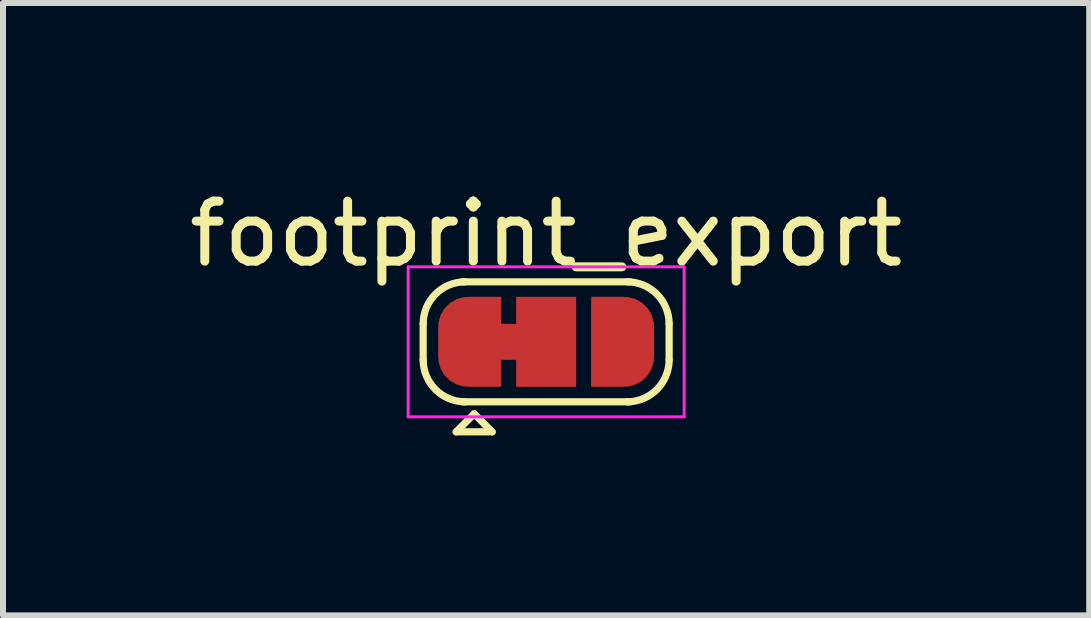
<source format=kicad_pcb>
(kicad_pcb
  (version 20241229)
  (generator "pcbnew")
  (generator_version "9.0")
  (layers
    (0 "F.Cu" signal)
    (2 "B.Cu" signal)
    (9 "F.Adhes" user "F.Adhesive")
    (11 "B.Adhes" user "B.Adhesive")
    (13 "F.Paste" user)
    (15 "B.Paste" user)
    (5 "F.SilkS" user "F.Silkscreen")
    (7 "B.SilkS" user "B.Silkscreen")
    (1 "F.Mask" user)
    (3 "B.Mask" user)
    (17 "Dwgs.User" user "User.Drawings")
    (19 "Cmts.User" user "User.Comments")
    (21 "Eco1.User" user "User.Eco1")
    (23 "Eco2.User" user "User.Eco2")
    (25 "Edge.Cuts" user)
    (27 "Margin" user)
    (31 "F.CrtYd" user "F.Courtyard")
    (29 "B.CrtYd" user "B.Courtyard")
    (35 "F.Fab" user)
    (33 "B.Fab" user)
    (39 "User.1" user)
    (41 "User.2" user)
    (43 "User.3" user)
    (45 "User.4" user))
  (footprint "footprint_export"
    (layer "F.Cu")
    (at 6.054 2.648)
    (property "Reference" "footprint_export" (at 0 -1.8 0) (layer "F.SilkS") (effects (font (size 1 1) (thickness 0.15))))
    (attr exclude_from_pos_files exclude_from_bom)
    (fp_poly (pts (xy -0.9 -0.3) (xy -0.4 -0.3) (xy -0.4 0.3) (xy -0.9 0.3)) (stroke (width 0) (type solid)) (fill yes) (layer "F.Cu"))
    (fp_line (start -2.05 0.3) (end -2.05 -0.3) (stroke (width 0.12) (type solid)) (layer "F.SilkS"))
    (fp_line (start -1.5 1.5) (end -0.9 1.5) (stroke (width 0.12) (type solid)) (layer "F.SilkS"))
    (fp_line (start -1.4 -1) (end 1.4 -1) (stroke (width 0.12) (type solid)) (layer "F.SilkS"))
    (fp_line (start -1.2 1.2) (end -1.5 1.5) (stroke (width 0.12) (type solid)) (layer "F.SilkS"))
    (fp_line (start -1.2 1.2) (end -0.9 1.5) (stroke (width 0.12) (type solid)) (layer "F.SilkS"))
    (fp_line (start 1.4 1) (end -1.4 1) (stroke (width 0.12) (type solid)) (layer "F.SilkS"))
    (fp_line (start 2.05 -0.3) (end 2.05 0.3) (stroke (width 0.12) (type solid)) (layer "F.SilkS"))
    (fp_arc (start -2.05 -0.3) (mid -1.844975 -0.794975) (end -1.35 -1) (stroke (width 0.12) (type solid)) (layer "F.SilkS"))
    (fp_arc (start -1.35 1) (mid -1.844975 0.794975) (end -2.05 0.3) (stroke (width 0.12) (type solid)) (layer "F.SilkS"))
    (fp_arc (start 1.35 -1) (mid 1.844975 -0.794975) (end 2.05 -0.3) (stroke (width 0.12) (type solid)) (layer "F.SilkS"))
    (fp_arc (start 2.05 0.3) (mid 1.844975 0.794975) (end 1.35 1) (stroke (width 0.12) (type solid)) (layer "F.SilkS"))
    (fp_line (start -2.3 -1.25) (end -2.3 1.25) (stroke (width 0.05) (type solid)) (layer "F.CrtYd"))
    (fp_line (start -2.3 -1.25) (end 2.3 -1.25) (stroke (width 0.05) (type solid)) (layer "F.CrtYd"))
    (fp_line (start 2.3 1.25) (end -2.3 1.25) (stroke (width 0.05) (type solid)) (layer "F.CrtYd"))
    (fp_line (start 2.3 1.25) (end 2.3 -1.25) (stroke (width 0.05) (type solid)) (layer "F.CrtYd"))
    (pad "1" smd custom (at -1.3 0) (size 1 0.5) (layers "F.Cu" "F.Mask") (options (anchor rect)) (primitives (gr_circle (center 0 0.25) (end 0.5 0.25) (width 0) (fill yes)) (gr_circle (center 0 -0.25) (end 0.5 -0.25) (width 0) (fill yes)) (gr_poly (pts (xy 0.55 0.75) (xy 0 0.75) (xy 0 -0.75) (xy 0.55 -0.75)) (width 0) (fill yes))))
    (pad "2" smd rect (at 0 0) (size 1 1.5) (layers "F.Cu" "F.Mask"))
    (pad "3" smd custom (at 1.3 0) (size 1 0.5) (layers "F.Cu" "F.Mask") (options (anchor rect)) (primitives (gr_circle (center 0 0.25) (end 0.5 0.25) (width 0) (fill yes)) (gr_circle (center 0 -0.25) (end 0.5 -0.25) (width 0) (fill yes)) (gr_poly (pts (xy 0 0.75) (xy -0.55 0.75) (xy -0.55 -0.75) (xy 0 -0.75)) (width 0) (fill yes)))))
  (gr_rect
    (start -3 -3)
    (end 15.107 7.208)
    (stroke (width 0.1) (type default))
    (fill no)
    (layer "Edge.Cuts")))
</source>
